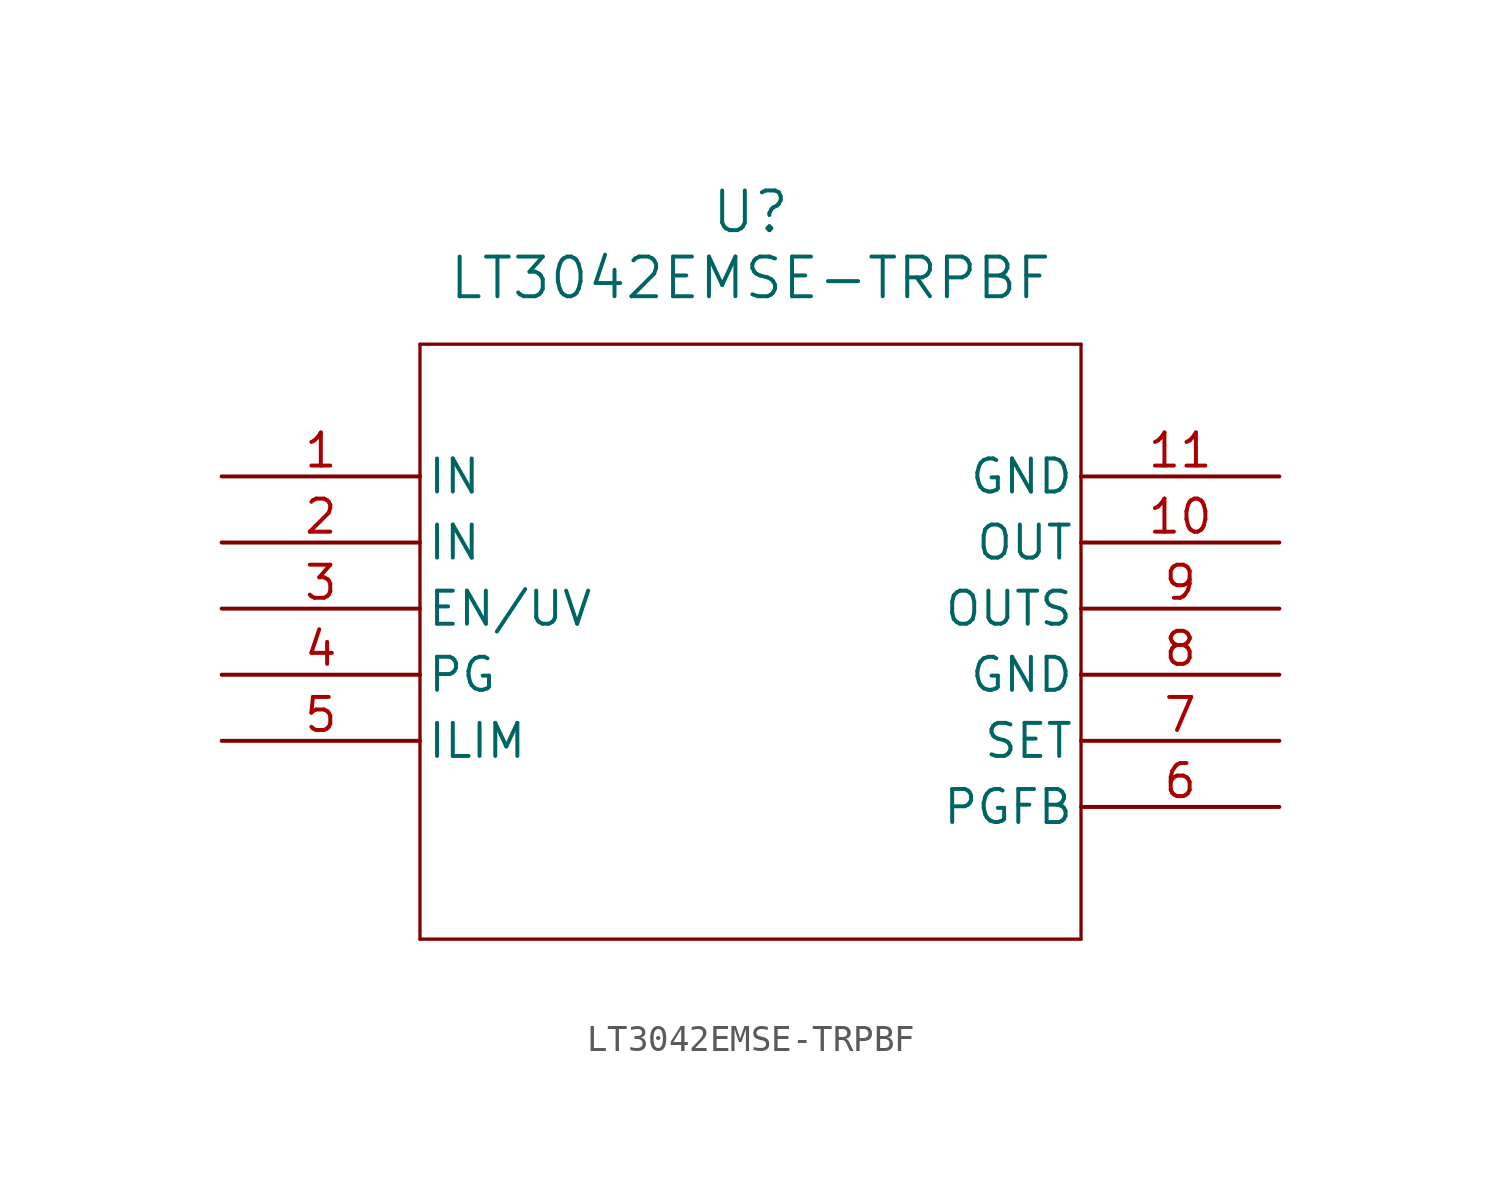
<source format=kicad_sym>
(kicad_symbol_lib
  (version 20211014)
  (generator kicad_symbol_editor)
  (symbol "LT3042EMSE-TRPBF"
    (pin_names
      (offset 0.254))
    (property "Reference" "U"
      (at 20.32 10.16 0)
      (effects (font (size 1.524 1.524))))
    (property "Value" "LT3042EMSE-TRPBF"
      (at 20.32 7.62 0)
      (effects (font (size 1.524 1.524))))
    (symbol "LT3042EMSE-TRPBF_0_1"
      (polyline (pts (xy 7.62 5.08) (xy 7.62 -17.78)) (stroke (width 0.127) (type default) (color 0 0 0 0)) (fill (type none)))
      (polyline (pts (xy 7.62 -17.78) (xy 33.02 -17.78)) (stroke (width 0.127) (type default) (color 0 0 0 0)) (fill (type none)))
      (polyline (pts (xy 33.02 -17.78) (xy 33.02 5.08)) (stroke (width 0.127) (type default) (color 0 0 0 0)) (fill (type none)))
      (polyline (pts (xy 33.02 5.08) (xy 7.62 5.08)) (stroke (width 0.127) (type default) (color 0 0 0 0)) (fill (type none)))
      (pin power_in line (at 0 0 0) (length 7.62) (name "IN" (effects (font (size 1.27 1.27)))) (number "1" (effects (font (size 1.27 1.27)))))
      (pin power_in line (at 0 -2.54 0) (length 7.62) (name "IN" (effects (font (size 1.27 1.27)))) (number "2" (effects (font (size 1.27 1.27)))))
      (pin input line (at 0 -5.08 0) (length 7.62) (name "EN/UV" (effects (font (size 1.27 1.27)))) (number "3" (effects (font (size 1.27 1.27)))))
      (pin output line (at 0 -7.62 0) (length 7.62) (name "PG" (effects (font (size 1.27 1.27)))) (number "4" (effects (font (size 1.27 1.27)))))
      (pin unspecified line (at 0 -10.16 0) (length 7.62) (name "ILIM" (effects (font (size 1.27 1.27)))) (number "5" (effects (font (size 1.27 1.27)))))
      (pin unspecified line (at 40.64 -12.7 180) (length 7.62) (name "PGFB" (effects (font (size 1.27 1.27)))) (number "6" (effects (font (size 1.27 1.27)))))
      (pin input line (at 40.64 -10.16 180) (length 7.62) (name "SET" (effects (font (size 1.27 1.27)))) (number "7" (effects (font (size 1.27 1.27)))))
      (pin power_out line (at 40.64 -7.62 180) (length 7.62) (name "GND" (effects (font (size 1.27 1.27)))) (number "8" (effects (font (size 1.27 1.27)))))
      (pin input line (at 40.64 -5.08 180) (length 7.62) (name "OUTS" (effects (font (size 1.27 1.27)))) (number "9" (effects (font (size 1.27 1.27)))))
      (pin output line (at 40.64 -2.54 180) (length 7.62) (name "OUT" (effects (font (size 1.27 1.27)))) (number "10" (effects (font (size 1.27 1.27)))))
      (pin power_out line (at 40.64 0 180) (length 7.62) (name "GND" (effects (font (size 1.27 1.27)))) (number "11" (effects (font (size 1.27 1.27))))))))
</source>
